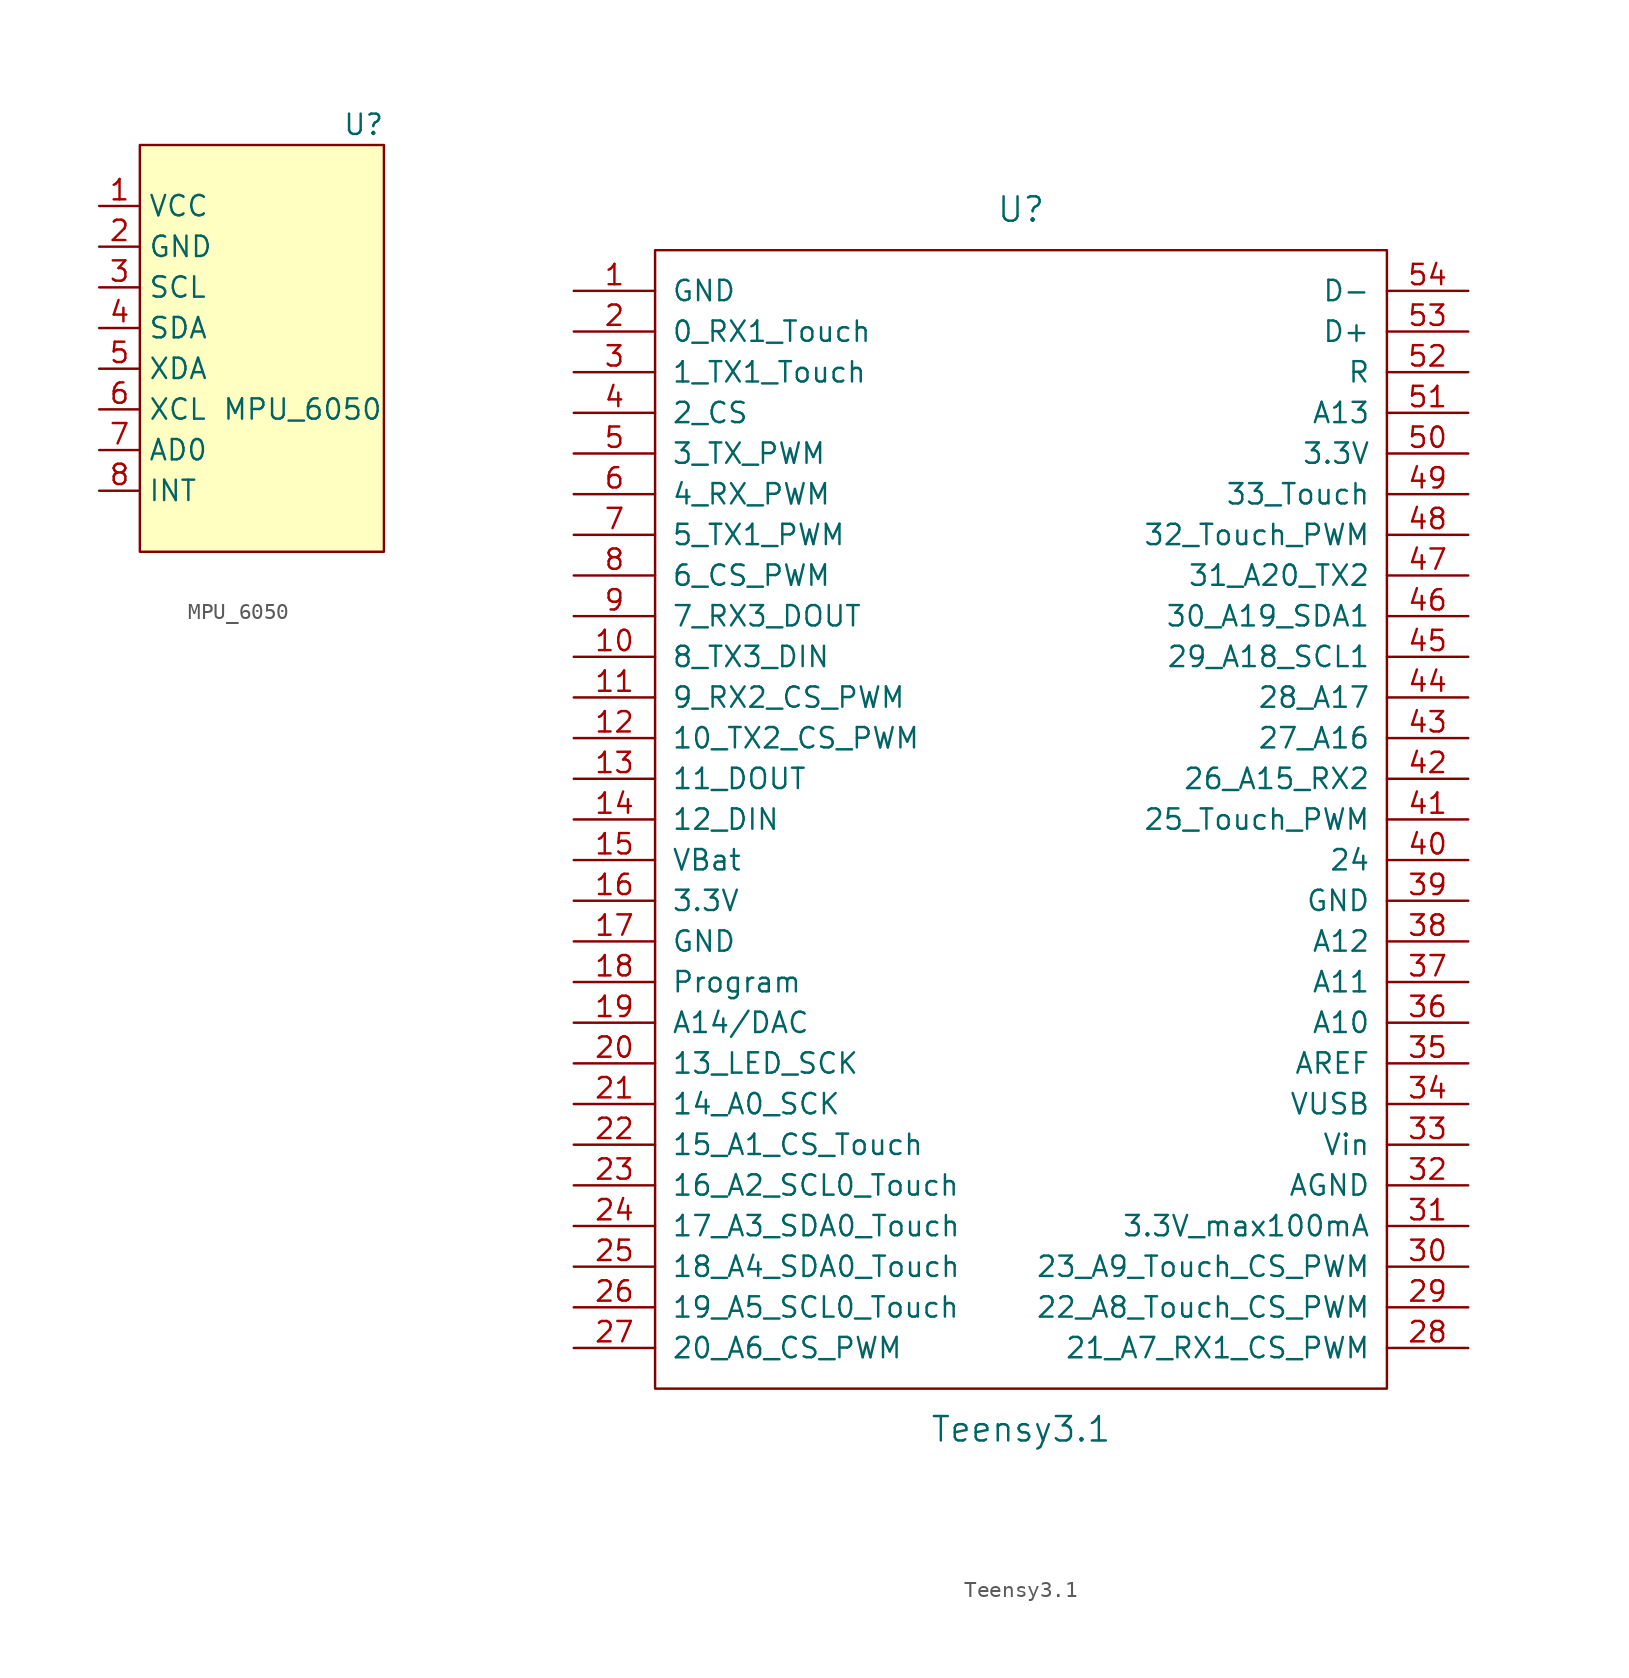
<source format=kicad_sym>
(kicad_symbol_lib
  (version 20211014)
  (generator kicad_symbol_editor)
  (symbol "MPU_6050"
    (property "Reference" "U"
      (at 6.35 13.97 0)
      (effects (font (size 1.27 1.27))))
    (property "Value" "MPU_6050"
      (at 2.54 -3.81 0)
      (effects (font (size 1.27 1.27))))
    (symbol "MPU_6050_0_1"
      (rectangle (start -7.62 12.7) (end 7.62 -12.7) (stroke (width 0) (type default) (color 0 0 0 0)) (fill (type background))))
    (symbol "MPU_6050_1_1"
      (pin input line (at -10.16 8.89 0) (length 2.54) (name "VCC" (effects (font (size 1.27 1.27)))) (number "1" (effects (font (size 1.27 1.27)))))
      (pin input line (at -10.16 6.35 0) (length 2.54) (name "GND" (effects (font (size 1.27 1.27)))) (number "2" (effects (font (size 1.27 1.27)))))
      (pin input line (at -10.16 3.81 0) (length 2.54) (name "SCL" (effects (font (size 1.27 1.27)))) (number "3" (effects (font (size 1.27 1.27)))))
      (pin input line (at -10.16 1.27 0) (length 2.54) (name "SDA" (effects (font (size 1.27 1.27)))) (number "4" (effects (font (size 1.27 1.27)))))
      (pin input line (at -10.16 -1.27 0) (length 2.54) (name "XDA" (effects (font (size 1.27 1.27)))) (number "5" (effects (font (size 1.27 1.27)))))
      (pin input line (at -10.16 -3.81 0) (length 2.54) (name "XCL" (effects (font (size 1.27 1.27)))) (number "6" (effects (font (size 1.27 1.27)))))
      (pin input line (at -10.16 -6.35 0) (length 2.54) (name "AD0" (effects (font (size 1.27 1.27)))) (number "7" (effects (font (size 1.27 1.27)))))
      (pin output line (at -10.16 -8.89 0) (length 2.54) (name "INT" (effects (font (size 1.27 1.27)))) (number "8" (effects (font (size 1.27 1.27)))))))
  (symbol "Teensy3.1"
    (pin_names
      (offset 1.016))
    (property "Reference" "U"
      (at 0 38.1 0)
      (effects (font (size 1.524 1.524))))
    (property "Value" "Teensy3.1"
      (at 0 -38.1 0)
      (effects (font (size 1.524 1.524))))
    (property "Footprint" ""
      (at 0 -20.32 0)
      (effects (font (size 1.524 1.524))))
    (property "Datasheet" ""
      (at 0 -20.32 0)
      (effects (font (size 1.524 1.524))))
    (symbol "Teensy3.1_0_1"
      (rectangle (start -22.86 35.56) (end 22.86 -35.56) (stroke (width 0) (type default) (color 0 0 0 0)) (fill (type none))))
    (symbol "Teensy3.1_1_1"
      (pin power_in line (at -27.94 33.02 0) (length 5.08) (name "GND" (effects (font (size 1.27 1.27)))) (number "1" (effects (font (size 1.27 1.27)))))
      (pin bidirectional line (at -27.94 10.16 0) (length 5.08) (name "8_TX3_DIN" (effects (font (size 1.27 1.27)))) (number "10" (effects (font (size 1.27 1.27)))))
      (pin bidirectional line (at -27.94 7.62 0) (length 5.08) (name "9_RX2_CS_PWM" (effects (font (size 1.27 1.27)))) (number "11" (effects (font (size 1.27 1.27)))))
      (pin bidirectional line (at -27.94 5.08 0) (length 5.08) (name "10_TX2_CS_PWM" (effects (font (size 1.27 1.27)))) (number "12" (effects (font (size 1.27 1.27)))))
      (pin bidirectional line (at -27.94 2.54 0) (length 5.08) (name "11_DOUT" (effects (font (size 1.27 1.27)))) (number "13" (effects (font (size 1.27 1.27)))))
      (pin bidirectional line (at -27.94 0 0) (length 5.08) (name "12_DIN" (effects (font (size 1.27 1.27)))) (number "14" (effects (font (size 1.27 1.27)))))
      (pin power_in line (at -27.94 -2.54 0) (length 5.08) (name "VBat" (effects (font (size 1.27 1.27)))) (number "15" (effects (font (size 1.27 1.27)))))
      (pin power_in line (at -27.94 -5.08 0) (length 5.08) (name "3.3V" (effects (font (size 1.27 1.27)))) (number "16" (effects (font (size 1.27 1.27)))))
      (pin power_in line (at -27.94 -7.62 0) (length 5.08) (name "GND" (effects (font (size 1.27 1.27)))) (number "17" (effects (font (size 1.27 1.27)))))
      (pin input line (at -27.94 -10.16 0) (length 5.08) (name "Program" (effects (font (size 1.27 1.27)))) (number "18" (effects (font (size 1.27 1.27)))))
      (pin bidirectional line (at -27.94 -12.7 0) (length 5.08) (name "A14/DAC" (effects (font (size 1.27 1.27)))) (number "19" (effects (font (size 1.27 1.27)))))
      (pin bidirectional line (at -27.94 30.48 0) (length 5.08) (name "0_RX1_Touch" (effects (font (size 1.27 1.27)))) (number "2" (effects (font (size 1.27 1.27)))))
      (pin bidirectional line (at -27.94 -15.24 0) (length 5.08) (name "13_LED_SCK" (effects (font (size 1.27 1.27)))) (number "20" (effects (font (size 1.27 1.27)))))
      (pin bidirectional line (at -27.94 -17.78 0) (length 5.08) (name "14_A0_SCK" (effects (font (size 1.27 1.27)))) (number "21" (effects (font (size 1.27 1.27)))))
      (pin bidirectional line (at -27.94 -20.32 0) (length 5.08) (name "15_A1_CS_Touch" (effects (font (size 1.27 1.27)))) (number "22" (effects (font (size 1.27 1.27)))))
      (pin bidirectional line (at -27.94 -22.86 0) (length 5.08) (name "16_A2_SCL0_Touch" (effects (font (size 1.27 1.27)))) (number "23" (effects (font (size 1.27 1.27)))))
      (pin bidirectional line (at -27.94 -25.4 0) (length 5.08) (name "17_A3_SDA0_Touch" (effects (font (size 1.27 1.27)))) (number "24" (effects (font (size 1.27 1.27)))))
      (pin bidirectional line (at -27.94 -27.94 0) (length 5.08) (name "18_A4_SDA0_Touch" (effects (font (size 1.27 1.27)))) (number "25" (effects (font (size 1.27 1.27)))))
      (pin bidirectional line (at -27.94 -30.48 0) (length 5.08) (name "19_A5_SCL0_Touch" (effects (font (size 1.27 1.27)))) (number "26" (effects (font (size 1.27 1.27)))))
      (pin bidirectional line (at -27.94 -33.02 0) (length 5.08) (name "20_A6_CS_PWM" (effects (font (size 1.27 1.27)))) (number "27" (effects (font (size 1.27 1.27)))))
      (pin bidirectional line (at 27.94 -33.02 180) (length 5.08) (name "21_A7_RX1_CS_PWM" (effects (font (size 1.27 1.27)))) (number "28" (effects (font (size 1.27 1.27)))))
      (pin bidirectional line (at 27.94 -30.48 180) (length 5.08) (name "22_A8_Touch_CS_PWM" (effects (font (size 1.27 1.27)))) (number "29" (effects (font (size 1.27 1.27)))))
      (pin bidirectional line (at -27.94 27.94 0) (length 5.08) (name "1_TX1_Touch" (effects (font (size 1.27 1.27)))) (number "3" (effects (font (size 1.27 1.27)))))
      (pin bidirectional line (at 27.94 -27.94 180) (length 5.08) (name "23_A9_Touch_CS_PWM" (effects (font (size 1.27 1.27)))) (number "30" (effects (font (size 1.27 1.27)))))
      (pin power_out line (at 27.94 -25.4 180) (length 5.08) (name "3.3V_max100mA" (effects (font (size 1.27 1.27)))) (number "31" (effects (font (size 1.27 1.27)))))
      (pin power_in line (at 27.94 -22.86 180) (length 5.08) (name "AGND" (effects (font (size 1.27 1.27)))) (number "32" (effects (font (size 1.27 1.27)))))
      (pin power_in line (at 27.94 -20.32 180) (length 5.08) (name "Vin" (effects (font (size 1.27 1.27)))) (number "33" (effects (font (size 1.27 1.27)))))
      (pin power_in line (at 27.94 -17.78 180) (length 5.08) (name "VUSB" (effects (font (size 1.27 1.27)))) (number "34" (effects (font (size 1.27 1.27)))))
      (pin input line (at 27.94 -15.24 180) (length 5.08) (name "AREF" (effects (font (size 1.27 1.27)))) (number "35" (effects (font (size 1.27 1.27)))))
      (pin bidirectional line (at 27.94 -12.7 180) (length 5.08) (name "A10" (effects (font (size 1.27 1.27)))) (number "36" (effects (font (size 1.27 1.27)))))
      (pin bidirectional line (at 27.94 -10.16 180) (length 5.08) (name "A11" (effects (font (size 1.27 1.27)))) (number "37" (effects (font (size 1.27 1.27)))))
      (pin bidirectional line (at 27.94 -7.62 180) (length 5.08) (name "A12" (effects (font (size 1.27 1.27)))) (number "38" (effects (font (size 1.27 1.27)))))
      (pin power_in line (at 27.94 -5.08 180) (length 5.08) (name "GND" (effects (font (size 1.27 1.27)))) (number "39" (effects (font (size 1.27 1.27)))))
      (pin bidirectional line (at -27.94 25.4 0) (length 5.08) (name "2_CS" (effects (font (size 1.27 1.27)))) (number "4" (effects (font (size 1.27 1.27)))))
      (pin bidirectional line (at 27.94 -2.54 180) (length 5.08) (name "24" (effects (font (size 1.27 1.27)))) (number "40" (effects (font (size 1.27 1.27)))))
      (pin bidirectional line (at 27.94 0 180) (length 5.08) (name "25_Touch_PWM" (effects (font (size 1.27 1.27)))) (number "41" (effects (font (size 1.27 1.27)))))
      (pin bidirectional line (at 27.94 2.54 180) (length 5.08) (name "26_A15_RX2" (effects (font (size 1.27 1.27)))) (number "42" (effects (font (size 1.27 1.27)))))
      (pin bidirectional line (at 27.94 5.08 180) (length 5.08) (name "27_A16" (effects (font (size 1.27 1.27)))) (number "43" (effects (font (size 1.27 1.27)))))
      (pin bidirectional line (at 27.94 7.62 180) (length 5.08) (name "28_A17" (effects (font (size 1.27 1.27)))) (number "44" (effects (font (size 1.27 1.27)))))
      (pin bidirectional line (at 27.94 10.16 180) (length 5.08) (name "29_A18_SCL1" (effects (font (size 1.27 1.27)))) (number "45" (effects (font (size 1.27 1.27)))))
      (pin bidirectional line (at 27.94 12.7 180) (length 5.08) (name "30_A19_SDA1" (effects (font (size 1.27 1.27)))) (number "46" (effects (font (size 1.27 1.27)))))
      (pin bidirectional line (at 27.94 15.24 180) (length 5.08) (name "31_A20_TX2" (effects (font (size 1.27 1.27)))) (number "47" (effects (font (size 1.27 1.27)))))
      (pin bidirectional line (at 27.94 17.78 180) (length 5.08) (name "32_Touch_PWM" (effects (font (size 1.27 1.27)))) (number "48" (effects (font (size 1.27 1.27)))))
      (pin bidirectional line (at 27.94 20.32 180) (length 5.08) (name "33_Touch" (effects (font (size 1.27 1.27)))) (number "49" (effects (font (size 1.27 1.27)))))
      (pin bidirectional line (at -27.94 22.86 0) (length 5.08) (name "3_TX_PWM" (effects (font (size 1.27 1.27)))) (number "5" (effects (font (size 1.27 1.27)))))
      (pin power_in line (at 27.94 22.86 180) (length 5.08) (name "3.3V" (effects (font (size 1.27 1.27)))) (number "50" (effects (font (size 1.27 1.27)))))
      (pin bidirectional line (at 27.94 25.4 180) (length 5.08) (name "A13" (effects (font (size 1.27 1.27)))) (number "51" (effects (font (size 1.27 1.27)))))
      (pin input line (at 27.94 27.94 180) (length 5.08) (name "R" (effects (font (size 1.27 1.27)))) (number "52" (effects (font (size 1.27 1.27)))))
      (pin bidirectional line (at 27.94 30.48 180) (length 5.08) (name "D+" (effects (font (size 1.27 1.27)))) (number "53" (effects (font (size 1.27 1.27)))))
      (pin bidirectional line (at 27.94 33.02 180) (length 5.08) (name "D-" (effects (font (size 1.27 1.27)))) (number "54" (effects (font (size 1.27 1.27)))))
      (pin bidirectional line (at -27.94 20.32 0) (length 5.08) (name "4_RX_PWM" (effects (font (size 1.27 1.27)))) (number "6" (effects (font (size 1.27 1.27)))))
      (pin bidirectional line (at -27.94 17.78 0) (length 5.08) (name "5_TX1_PWM" (effects (font (size 1.27 1.27)))) (number "7" (effects (font (size 1.27 1.27)))))
      (pin bidirectional line (at -27.94 15.24 0) (length 5.08) (name "6_CS_PWM" (effects (font (size 1.27 1.27)))) (number "8" (effects (font (size 1.27 1.27)))))
      (pin bidirectional line (at -27.94 12.7 0) (length 5.08) (name "7_RX3_DOUT" (effects (font (size 1.27 1.27)))) (number "9" (effects (font (size 1.27 1.27))))))))
</source>
